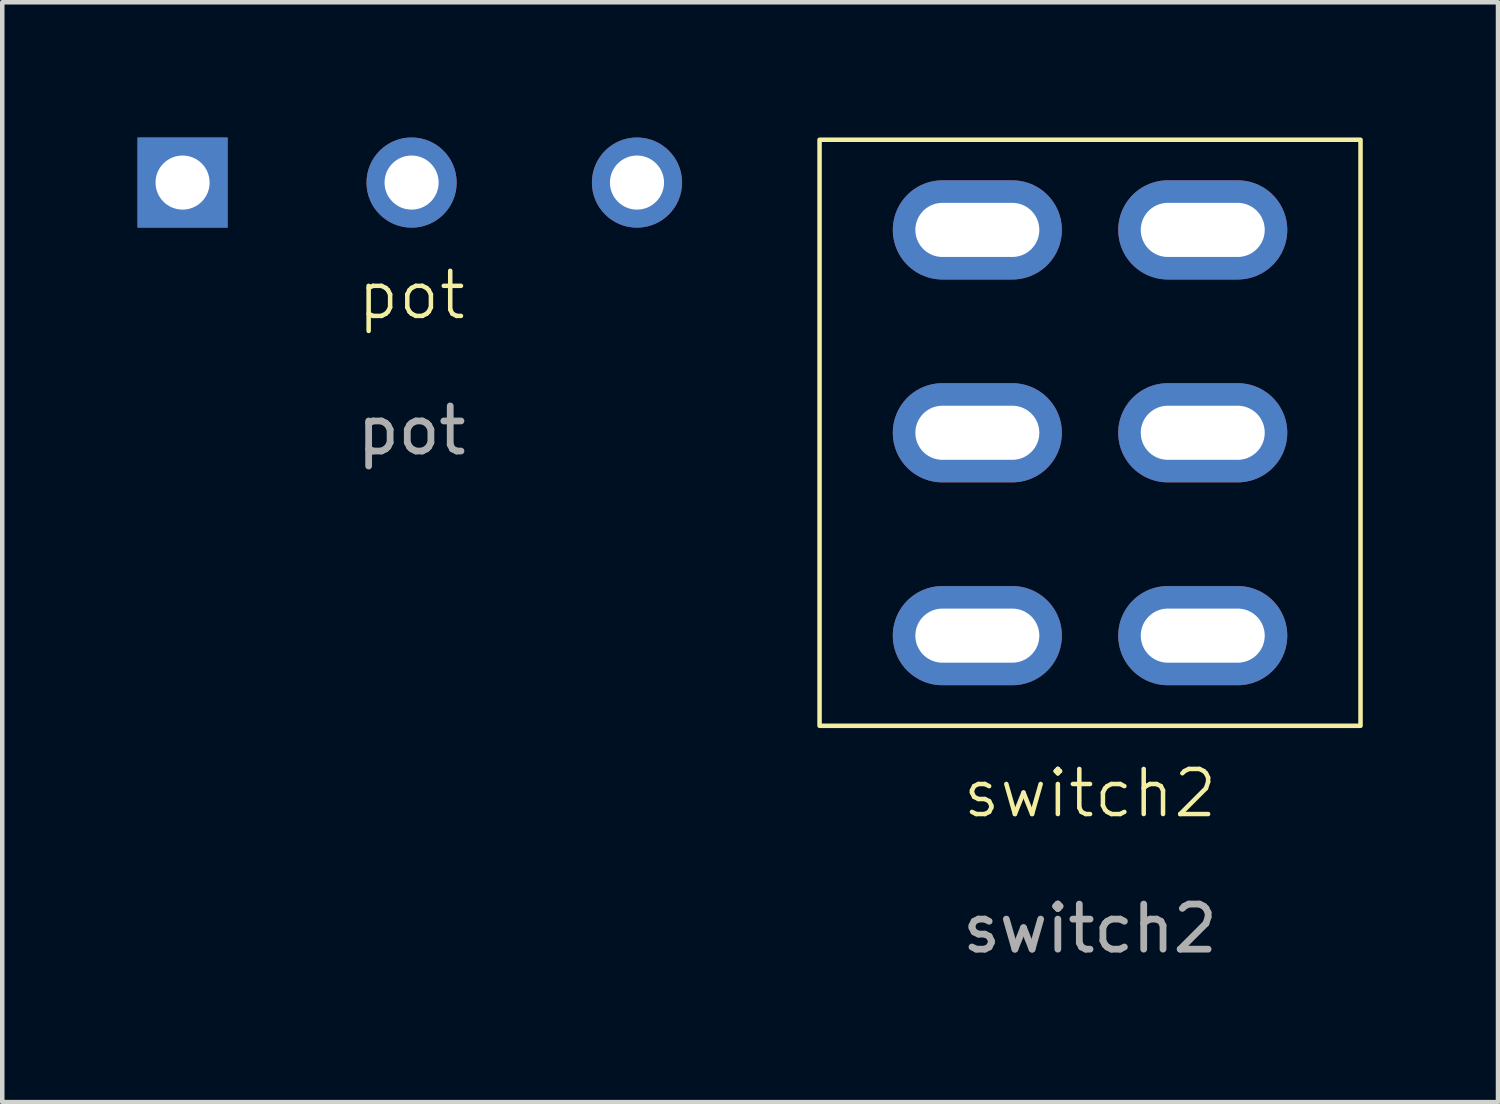
<source format=kicad_pcb>
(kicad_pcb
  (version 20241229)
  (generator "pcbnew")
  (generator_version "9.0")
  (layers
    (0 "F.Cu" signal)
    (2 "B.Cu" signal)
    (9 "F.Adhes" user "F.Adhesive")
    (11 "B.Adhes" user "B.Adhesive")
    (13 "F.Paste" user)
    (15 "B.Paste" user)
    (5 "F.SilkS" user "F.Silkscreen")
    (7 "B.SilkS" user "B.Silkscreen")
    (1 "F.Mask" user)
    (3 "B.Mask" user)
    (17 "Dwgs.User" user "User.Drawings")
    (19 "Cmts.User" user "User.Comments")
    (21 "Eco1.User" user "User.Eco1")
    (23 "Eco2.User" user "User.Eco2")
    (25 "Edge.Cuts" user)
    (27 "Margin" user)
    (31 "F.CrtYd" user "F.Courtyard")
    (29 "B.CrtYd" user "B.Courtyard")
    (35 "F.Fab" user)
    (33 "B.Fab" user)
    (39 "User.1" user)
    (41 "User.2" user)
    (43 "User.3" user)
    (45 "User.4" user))
  (footprint "pot"
    (layer "F.Cu")
    (at 6.08 4)
    (property "Reference" "pot" (at 0 -0.5 0) (unlocked yes) (layer "F.SilkS") (effects (font (size 1 1) (thickness 0.1))))
    (attr exclude_from_pos_files exclude_from_bom)
    (fp_text user "${REFERENCE}" (at 0 2.5 0) (unlocked yes) (layer "F.Fab") (effects (font (size 1 1) (thickness 0.15))))
    (pad "1" thru_hole rect (at -5.08 -3 90) (size 2 2) (drill 1.2) (layers "*.Cu" "*.Mask"))
    (pad "2" thru_hole circle (at 0 -3 90) (size 2 2) (drill 1.2) (layers "*.Cu" "*.Mask"))
    (pad "3" thru_hole circle (at 5 -3 90) (size 2 2) (drill 1.2) (layers "*.Cu" "*.Mask")))
  (footprint "switch2"
    (layer "F.Cu")
    (at 21.13 6.55)
    (property "Reference" "switch2" (at 0 8 0) (unlocked yes) (layer "F.SilkS") (effects (font (size 1 1) (thickness 0.1))))
    (attr exclude_from_pos_files exclude_from_bom)
    (fp_rect (start -6 -6.5) (end 6 6.5) (stroke (width 0.1) (type solid)) (fill no) (layer "F.SilkS"))
    (fp_text user "${REFERENCE}" (at 0 11 0) (unlocked yes) (layer "F.Fab") (effects (font (size 1 1) (thickness 0.15))))
    (pad "1" thru_hole oval (at -2.5 4.5) (size 3.75 2.2) (drill oval 2.75 1.2) (layers "*.Cu" "*.Mask"))
    (pad "2" thru_hole oval (at -2.5 0) (size 3.75 2.2) (drill oval 2.75 1.2) (layers "*.Cu" "*.Mask"))
    (pad "3" thru_hole oval (at -2.5 -4.5) (size 3.75 2.2) (drill oval 2.75 1.2) (layers "*.Cu" "*.Mask"))
    (pad "4" thru_hole oval (at 2.5 4.5) (size 3.75 2.2) (drill oval 2.75 1.2) (layers "*.Cu" "*.Mask"))
    (pad "5" thru_hole oval (at 2.5 0) (size 3.75 2.2) (drill oval 2.75 1.2) (layers "*.Cu" "*.Mask"))
    (pad "6" thru_hole oval (at 2.5 -4.5) (size 3.75 2.2) (drill oval 2.75 1.2) (layers "*.Cu" "*.Mask")))
  (gr_rect
    (start -3 -3)
    (end 30.18 21.398)
    (stroke (width 0.1) (type default))
    (fill no)
    (layer "Edge.Cuts")))
</source>
